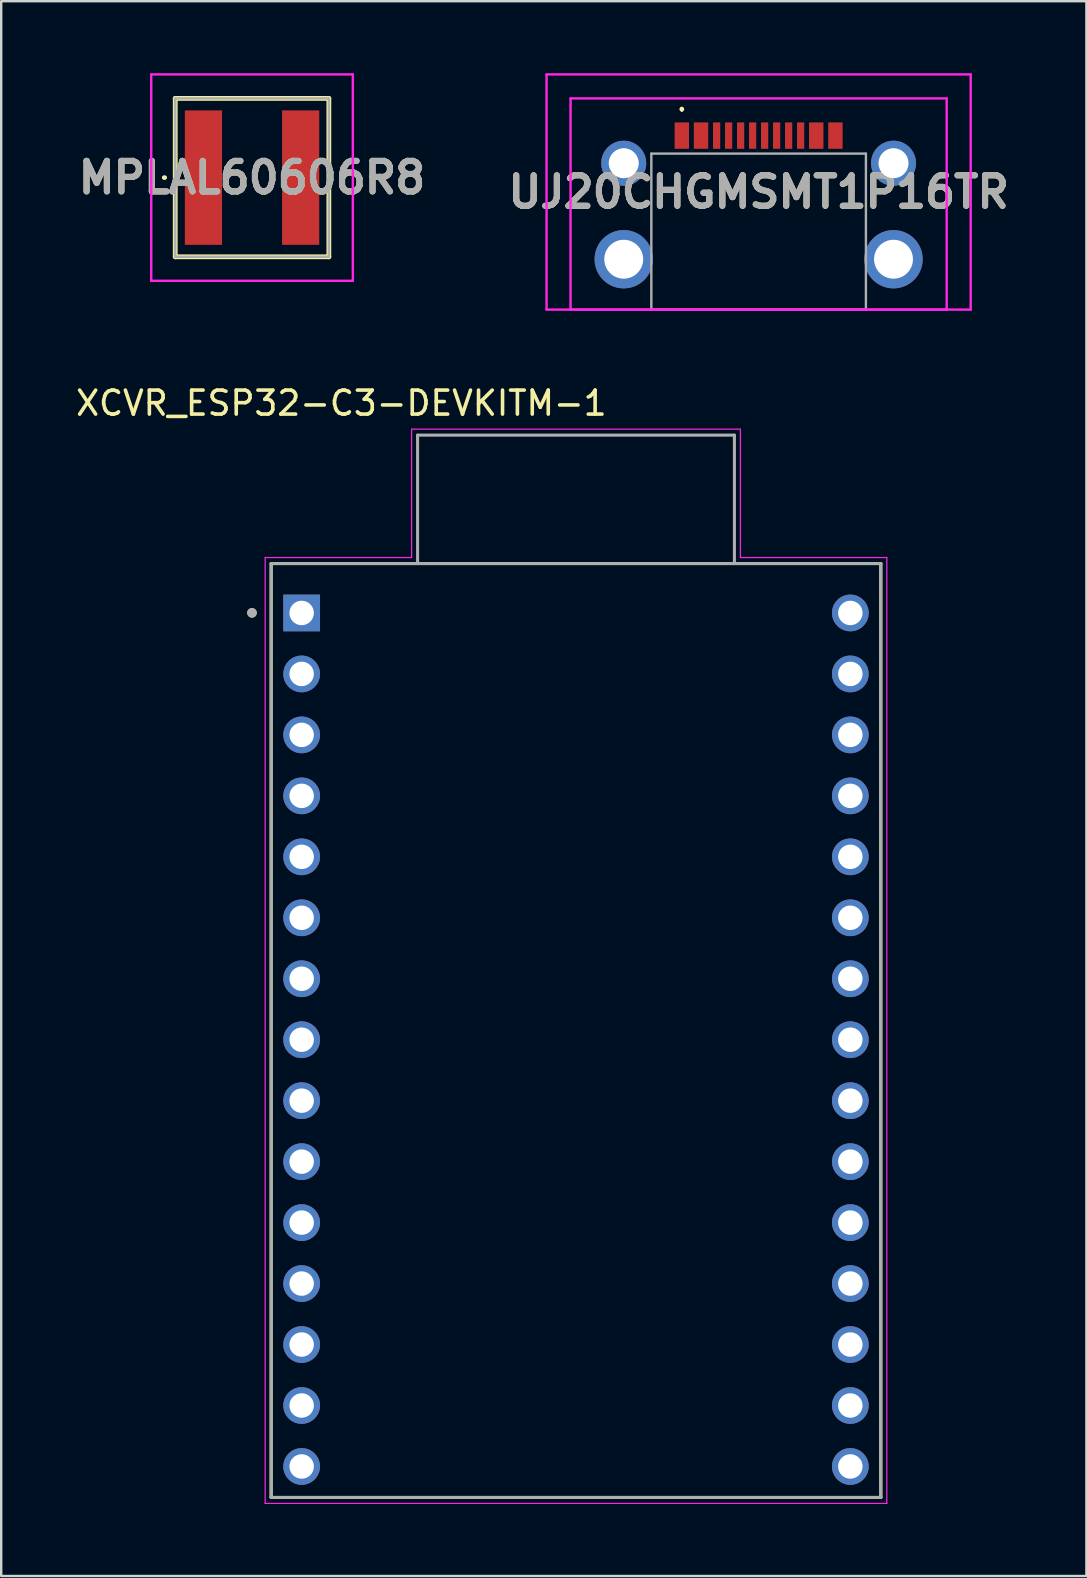
<source format=kicad_pcb>
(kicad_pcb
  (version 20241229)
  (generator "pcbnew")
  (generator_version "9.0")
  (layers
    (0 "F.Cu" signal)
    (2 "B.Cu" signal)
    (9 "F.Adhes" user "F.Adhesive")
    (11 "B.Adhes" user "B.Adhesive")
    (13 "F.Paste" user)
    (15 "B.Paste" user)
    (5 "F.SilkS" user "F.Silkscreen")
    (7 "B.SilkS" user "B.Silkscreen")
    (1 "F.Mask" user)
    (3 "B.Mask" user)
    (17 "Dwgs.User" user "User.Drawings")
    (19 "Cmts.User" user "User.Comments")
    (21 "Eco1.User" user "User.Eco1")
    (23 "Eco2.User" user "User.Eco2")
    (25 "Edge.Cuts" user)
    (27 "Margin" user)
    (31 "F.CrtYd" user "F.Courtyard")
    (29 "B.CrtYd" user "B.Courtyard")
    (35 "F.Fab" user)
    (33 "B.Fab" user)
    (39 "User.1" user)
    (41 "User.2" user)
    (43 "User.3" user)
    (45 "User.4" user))
  (footprint "MPLAL60606R8"
    (layer "F.Cu")
    (at 7.451 4.35)
    (property "Reference" "MPLAL60606R8" (at 0 0 0) (layer "F.SilkS") (effects (font (size 1.27 1.27) (thickness 0.254))))
    (attr smd)
    (fp_line (start -3.7 0) (end -3.7 0) (stroke (width 0.1) (type solid)) (layer "F.SilkS"))
    (fp_line (start -3.6 0) (end -3.6 0) (stroke (width 0.1) (type solid)) (layer "F.SilkS"))
    (fp_line (start -3.2 -3.3) (end 3.2 -3.3) (stroke (width 0.2) (type solid)) (layer "F.SilkS"))
    (fp_line (start -3.2 3.3) (end -3.2 -3.3) (stroke (width 0.2) (type solid)) (layer "F.SilkS"))
    (fp_line (start 3.2 -3.3) (end 3.2 3.3) (stroke (width 0.2) (type solid)) (layer "F.SilkS"))
    (fp_line (start 3.2 3.3) (end -3.2 3.3) (stroke (width 0.2) (type solid)) (layer "F.SilkS"))
    (fp_arc (start -3.7 0) (mid -3.65 -0.05) (end -3.6 0) (stroke (width 0.1) (type solid)) (layer "F.SilkS"))
    (fp_arc (start -3.6 0) (mid -3.65 0.05) (end -3.7 0) (stroke (width 0.1) (type solid)) (layer "F.SilkS"))
    (fp_line (start -4.2 -4.3) (end 4.2 -4.3) (stroke (width 0.1) (type solid)) (layer "F.CrtYd"))
    (fp_line (start -4.2 4.3) (end -4.2 -4.3) (stroke (width 0.1) (type solid)) (layer "F.CrtYd"))
    (fp_line (start 4.2 -4.3) (end 4.2 4.3) (stroke (width 0.1) (type solid)) (layer "F.CrtYd"))
    (fp_line (start 4.2 4.3) (end -4.2 4.3) (stroke (width 0.1) (type solid)) (layer "F.CrtYd"))
    (fp_line (start -3.2 -3.3) (end 3.2 -3.3) (stroke (width 0.1) (type solid)) (layer "F.Fab"))
    (fp_line (start -3.2 3.3) (end -3.2 -3.3) (stroke (width 0.1) (type solid)) (layer "F.Fab"))
    (fp_line (start 3.2 -3.3) (end 3.2 3.3) (stroke (width 0.1) (type solid)) (layer "F.Fab"))
    (fp_line (start 3.2 3.3) (end -3.2 3.3) (stroke (width 0.1) (type solid)) (layer "F.Fab"))
    (fp_text user "${REFERENCE}" (at 0 0 0) (layer "F.Fab") (effects (font (size 1.27 1.27) (thickness 0.254))))
    (pad "1" smd rect (at -2.025 0) (size 1.55 5.6) (layers "F.Cu" "F.Mask" "F.Paste"))
    (pad "2" smd rect (at 2.025 0) (size 1.55 5.6) (layers "F.Cu" "F.Mask" "F.Paste")))
  (footprint "UJ20CHGMSMT1P16TR"
    (layer "F.Cu")
    (at 28.557 4.95)
    (property "Reference" "UJ20CHGMSMT1P16TR" (at 0 0 0) (layer "F.SilkS") (effects (font (size 1.27 1.27) (thickness 0.254))))
    (attr through_hole)
    (fp_line (start -3.2 -3.5) (end -3.2 -3.5) (stroke (width 0.1) (type solid)) (layer "F.SilkS"))
    (fp_line (start -3.2 -3.4) (end -3.2 -3.4) (stroke (width 0.1) (type solid)) (layer "F.SilkS"))
    (fp_arc (start -3.2 -3.5) (mid -3.15 -3.45) (end -3.2 -3.4) (stroke (width 0.1) (type solid)) (layer "F.SilkS"))
    (fp_arc (start -3.2 -3.4) (mid -3.25 -3.45) (end -3.2 -3.5) (stroke (width 0.1) (type solid)) (layer "F.SilkS"))
    (fp_line (start -8.835 -4.9) (end -8.835 4.9) (stroke (width 0.1) (type solid)) (layer "F.CrtYd"))
    (fp_line (start -8.835 4.9) (end 8.835 4.9) (stroke (width 0.1) (type solid)) (layer "F.CrtYd"))
    (fp_line (start -7.835 -3.9) (end 7.835 -3.9) (stroke (width 0.1) (type solid)) (layer "F.CrtYd"))
    (fp_line (start -7.835 4.9) (end -7.835 -3.9) (stroke (width 0.1) (type solid)) (layer "F.CrtYd"))
    (fp_line (start 7.835 -3.9) (end 7.835 4.9) (stroke (width 0.1) (type solid)) (layer "F.CrtYd"))
    (fp_line (start 7.835 4.9) (end -7.835 4.9) (stroke (width 0.1) (type solid)) (layer "F.CrtYd"))
    (fp_line (start 8.835 -4.9) (end -8.835 -4.9) (stroke (width 0.1) (type solid)) (layer "F.CrtYd"))
    (fp_line (start 8.835 4.9) (end 8.835 -4.9) (stroke (width 0.1) (type solid)) (layer "F.CrtYd"))
    (fp_line (start -4.47 -1.6) (end -4.47 4.9) (stroke (width 0.1) (type solid)) (layer "F.Fab"))
    (fp_line (start -4.47 4.9) (end 4.47 4.9) (stroke (width 0.1) (type solid)) (layer "F.Fab"))
    (fp_line (start 4.47 -1.6) (end -4.47 -1.6) (stroke (width 0.1) (type solid)) (layer "F.Fab"))
    (fp_line (start 4.47 4.9) (end 4.47 -1.6) (stroke (width 0.1) (type solid)) (layer "F.Fab"))
    (fp_text user "${REFERENCE}" (at 0 0 0) (layer "F.Fab") (effects (font (size 1.27 1.27) (thickness 0.254))))
    (pad "A1" smd rect (at -3.2 -2.35) (size 0.6 1.1) (layers "F.Cu" "F.Mask" "F.Paste"))
    (pad "A4" smd rect (at -2.4 -2.35) (size 0.6 1.1) (layers "F.Cu" "F.Mask" "F.Paste"))
    (pad "A5" smd rect (at -1.25 -2.35) (size 0.3 1.1) (layers "F.Cu" "F.Mask" "F.Paste"))
    (pad "A6" smd rect (at -0.25 -2.35) (size 0.3 1.1) (layers "F.Cu" "F.Mask" "F.Paste"))
    (pad "A7" smd rect (at 0.25 -2.35) (size 0.3 1.1) (layers "F.Cu" "F.Mask" "F.Paste"))
    (pad "A8" smd rect (at 1.25 -2.35) (size 0.3 1.1) (layers "F.Cu" "F.Mask" "F.Paste"))
    (pad "B1" smd rect (at 3.2 -2.35) (size 0.6 1.1) (layers "F.Cu" "F.Mask" "F.Paste"))
    (pad "B4" smd rect (at 2.4 -2.35) (size 0.6 1.1) (layers "F.Cu" "F.Mask" "F.Paste"))
    (pad "B5" smd rect (at 1.75 -2.35) (size 0.3 1.1) (layers "F.Cu" "F.Mask" "F.Paste"))
    (pad "B6" smd rect (at 0.75 -2.35) (size 0.3 1.1) (layers "F.Cu" "F.Mask" "F.Paste"))
    (pad "B7" smd rect (at -0.75 -2.35) (size 0.3 1.1) (layers "F.Cu" "F.Mask" "F.Paste"))
    (pad "B8" smd rect (at -1.75 -2.35) (size 0.3 1.1) (layers "F.Cu" "F.Mask" "F.Paste"))
    (pad "MH1" thru_hole circle (at -5.62 -1.2) (size 1.875 1.875) (drill 1.25) (layers "*.Cu" "*.Mask"))
    (pad "MH2" thru_hole circle (at 5.62 -1.2) (size 1.875 1.875) (drill 1.25) (layers "*.Cu" "*.Mask"))
    (pad "MH3" thru_hole circle (at -5.62 2.8) (size 2.43 2.43) (drill 1.62) (layers "*.Cu" "*.Mask"))
    (pad "MH4" thru_hole circle (at 5.62 2.8) (size 2.43 2.43) (drill 1.62) (layers "*.Cu" "*.Mask")))
  (footprint "XCVR_ESP32-C3-DEVKITM-1"
    (layer "F.Cu")
    (at 20.948 39.883)
    (property "Reference" "XCVR_ESP32-C3-DEVKITM-1" (at -9.775 -26.135 0) (layer "F.SilkS") (effects (font (size 1 1) (thickness 0.15))))
    (attr through_hole)
    (fp_line (start -12.7 -19.455) (end 12.7 -19.455) (stroke (width 0.127) (type solid)) (layer "F.SilkS"))
    (fp_line (start -12.7 19.455) (end -12.7 -19.455) (stroke (width 0.127) (type solid)) (layer "F.SilkS"))
    (fp_line (start 12.7 -19.455) (end 12.7 19.455) (stroke (width 0.127) (type solid)) (layer "F.SilkS"))
    (fp_line (start 12.7 19.455) (end -12.7 19.455) (stroke (width 0.127) (type solid)) (layer "F.SilkS"))
    (fp_circle (center -13.5 -17.4) (end -13.4 -17.4) (stroke (width 0.2) (type solid)) (fill no) (layer "F.SilkS"))
    (fp_line (start -12.95 -19.705) (end -12.95 19.705) (stroke (width 0.05) (type solid)) (layer "F.CrtYd"))
    (fp_line (start -12.95 19.705) (end 12.95 19.705) (stroke (width 0.05) (type solid)) (layer "F.CrtYd"))
    (fp_line (start -6.85 -25.053) (end -6.85 -19.705) (stroke (width 0.05) (type solid)) (layer "F.CrtYd"))
    (fp_line (start -6.85 -19.705) (end -12.95 -19.705) (stroke (width 0.05) (type solid)) (layer "F.CrtYd"))
    (fp_line (start 6.85 -25.053) (end -6.85 -25.053) (stroke (width 0.05) (type solid)) (layer "F.CrtYd"))
    (fp_line (start 6.85 -19.705) (end 6.85 -25.053) (stroke (width 0.05) (type solid)) (layer "F.CrtYd"))
    (fp_line (start 12.95 -19.705) (end 6.85 -19.705) (stroke (width 0.05) (type solid)) (layer "F.CrtYd"))
    (fp_line (start 12.95 19.705) (end 12.95 -19.705) (stroke (width 0.05) (type solid)) (layer "F.CrtYd"))
    (fp_line (start -12.7 -19.455) (end -6.6 -19.455) (stroke (width 0.127) (type solid)) (layer "F.Fab"))
    (fp_line (start -12.7 19.455) (end -12.7 -19.455) (stroke (width 0.127) (type solid)) (layer "F.Fab"))
    (fp_line (start -6.6 -24.803) (end 6.6 -24.803) (stroke (width 0.127) (type solid)) (layer "F.Fab"))
    (fp_line (start -6.6 -19.455) (end -6.6 -24.803) (stroke (width 0.127) (type solid)) (layer "F.Fab"))
    (fp_line (start -6.6 -19.455) (end 6.6 -19.455) (stroke (width 0.127) (type solid)) (layer "F.Fab"))
    (fp_line (start 6.6 -24.803) (end 6.6 -19.455) (stroke (width 0.127) (type solid)) (layer "F.Fab"))
    (fp_line (start 6.6 -19.455) (end 12.7 -19.455) (stroke (width 0.127) (type solid)) (layer "F.Fab"))
    (fp_line (start 12.7 -19.455) (end 12.7 19.455) (stroke (width 0.127) (type solid)) (layer "F.Fab"))
    (fp_line (start 12.7 19.455) (end -12.7 19.455) (stroke (width 0.127) (type solid)) (layer "F.Fab"))
    (fp_circle (center -13.5 -17.4) (end -13.4 -17.4) (stroke (width 0.2) (type solid)) (fill no) (layer "F.Fab"))
    (pad "1" thru_hole rect (at -11.43 -17.395) (size 1.53 1.53) (drill 1.02) (layers "*.Cu" "*.Mask"))
    (pad "2" thru_hole circle (at -11.43 -14.855) (size 1.53 1.53) (drill 1.02) (layers "*.Cu" "*.Mask"))
    (pad "3" thru_hole circle (at -11.43 -12.315) (size 1.53 1.53) (drill 1.02) (layers "*.Cu" "*.Mask"))
    (pad "4" thru_hole circle (at -11.43 -9.775) (size 1.53 1.53) (drill 1.02) (layers "*.Cu" "*.Mask"))
    (pad "5" thru_hole circle (at -11.43 -7.235) (size 1.53 1.53) (drill 1.02) (layers "*.Cu" "*.Mask"))
    (pad "6" thru_hole circle (at -11.43 -4.695) (size 1.53 1.53) (drill 1.02) (layers "*.Cu" "*.Mask"))
    (pad "7" thru_hole circle (at -11.43 -2.155) (size 1.53 1.53) (drill 1.02) (layers "*.Cu" "*.Mask"))
    (pad "8" thru_hole circle (at -11.43 0.385) (size 1.53 1.53) (drill 1.02) (layers "*.Cu" "*.Mask"))
    (pad "9" thru_hole circle (at -11.43 2.925) (size 1.53 1.53) (drill 1.02) (layers "*.Cu" "*.Mask"))
    (pad "10" thru_hole circle (at -11.43 5.465) (size 1.53 1.53) (drill 1.02) (layers "*.Cu" "*.Mask"))
    (pad "11" thru_hole circle (at -11.43 8.005) (size 1.53 1.53) (drill 1.02) (layers "*.Cu" "*.Mask"))
    (pad "12" thru_hole circle (at -11.43 10.545) (size 1.53 1.53) (drill 1.02) (layers "*.Cu" "*.Mask"))
    (pad "13" thru_hole circle (at -11.43 13.085) (size 1.53 1.53) (drill 1.02) (layers "*.Cu" "*.Mask"))
    (pad "14" thru_hole circle (at -11.43 15.625) (size 1.53 1.53) (drill 1.02) (layers "*.Cu" "*.Mask"))
    (pad "15" thru_hole circle (at -11.43 18.165) (size 1.53 1.53) (drill 1.02) (layers "*.Cu" "*.Mask"))
    (pad "16" thru_hole circle (at 11.43 18.165) (size 1.53 1.53) (drill 1.02) (layers "*.Cu" "*.Mask"))
    (pad "17" thru_hole circle (at 11.43 15.625) (size 1.53 1.53) (drill 1.02) (layers "*.Cu" "*.Mask"))
    (pad "18" thru_hole circle (at 11.43 13.085) (size 1.53 1.53) (drill 1.02) (layers "*.Cu" "*.Mask"))
    (pad "19" thru_hole circle (at 11.43 10.545) (size 1.53 1.53) (drill 1.02) (layers "*.Cu" "*.Mask"))
    (pad "20" thru_hole circle (at 11.43 8.005) (size 1.53 1.53) (drill 1.02) (layers "*.Cu" "*.Mask"))
    (pad "21" thru_hole circle (at 11.43 5.465) (size 1.53 1.53) (drill 1.02) (layers "*.Cu" "*.Mask"))
    (pad "22" thru_hole circle (at 11.43 2.925) (size 1.53 1.53) (drill 1.02) (layers "*.Cu" "*.Mask"))
    (pad "23" thru_hole circle (at 11.43 0.385) (size 1.53 1.53) (drill 1.02) (layers "*.Cu" "*.Mask"))
    (pad "24" thru_hole circle (at 11.43 -2.155) (size 1.53 1.53) (drill 1.02) (layers "*.Cu" "*.Mask"))
    (pad "25" thru_hole circle (at 11.43 -4.695) (size 1.53 1.53) (drill 1.02) (layers "*.Cu" "*.Mask"))
    (pad "26" thru_hole circle (at 11.43 -7.235) (size 1.53 1.53) (drill 1.02) (layers "*.Cu" "*.Mask"))
    (pad "27" thru_hole circle (at 11.43 -9.775) (size 1.53 1.53) (drill 1.02) (layers "*.Cu" "*.Mask"))
    (pad "28" thru_hole circle (at 11.43 -12.315) (size 1.53 1.53) (drill 1.02) (layers "*.Cu" "*.Mask"))
    (pad "29" thru_hole circle (at 11.43 -14.855) (size 1.53 1.53) (drill 1.02) (layers "*.Cu" "*.Mask"))
    (pad "30" thru_hole circle (at 11.43 -17.395) (size 1.53 1.53) (drill 1.02) (layers "*.Cu" "*.Mask")))
  (gr_rect
    (start -3 -3)
    (end 42.213 62.613)
    (stroke (width 0.1) (type default))
    (fill no)
    (layer "Edge.Cuts")))
</source>
